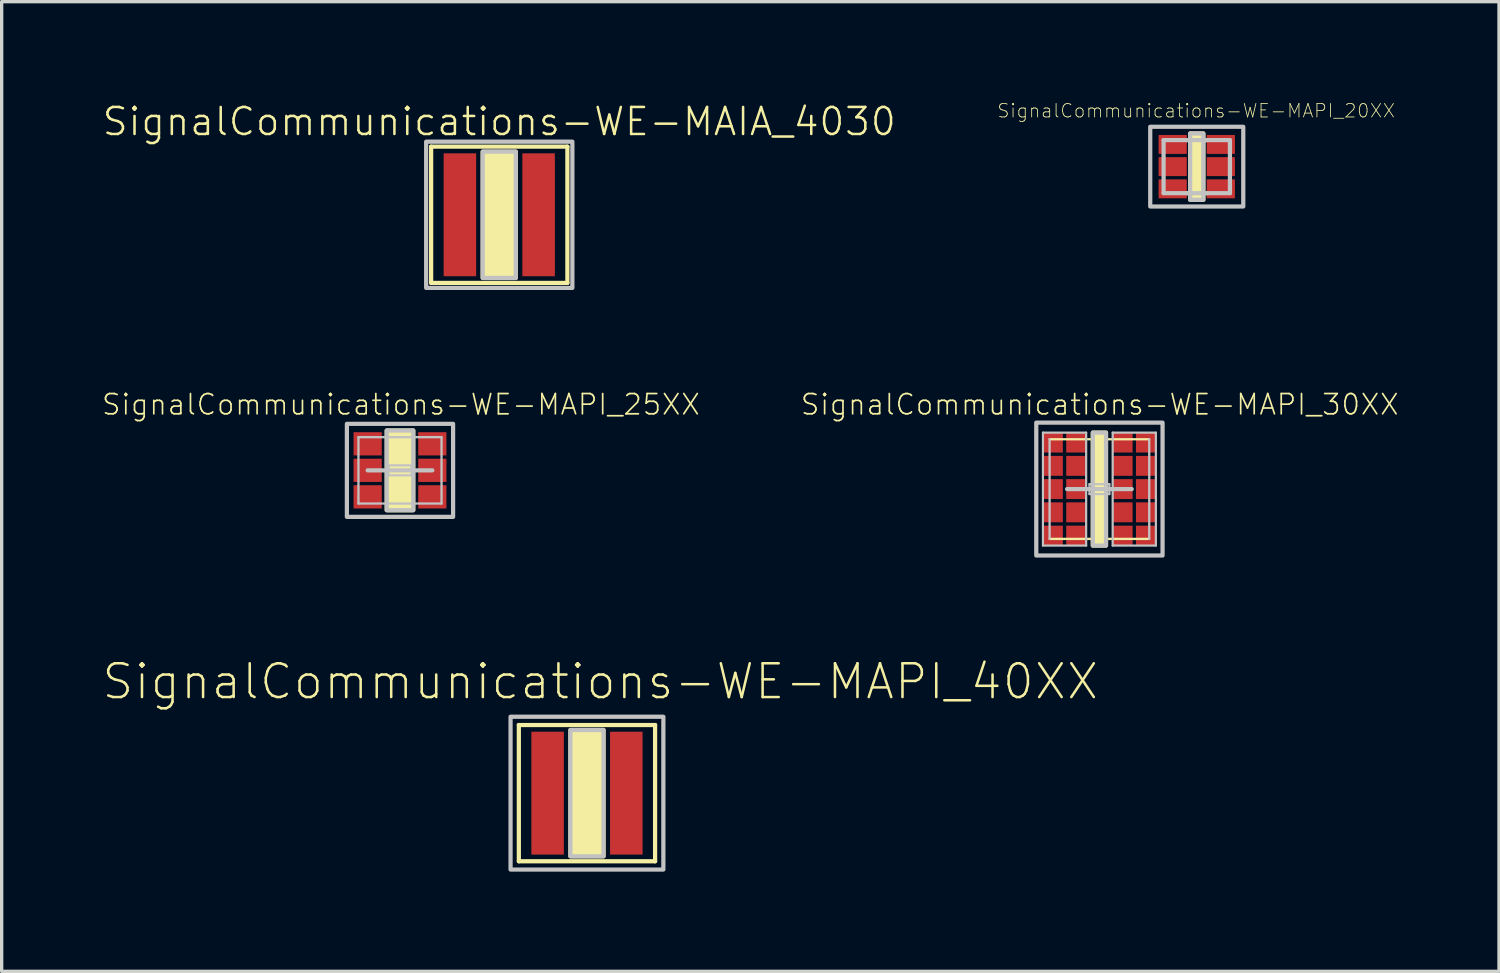
<source format=kicad_pcb>
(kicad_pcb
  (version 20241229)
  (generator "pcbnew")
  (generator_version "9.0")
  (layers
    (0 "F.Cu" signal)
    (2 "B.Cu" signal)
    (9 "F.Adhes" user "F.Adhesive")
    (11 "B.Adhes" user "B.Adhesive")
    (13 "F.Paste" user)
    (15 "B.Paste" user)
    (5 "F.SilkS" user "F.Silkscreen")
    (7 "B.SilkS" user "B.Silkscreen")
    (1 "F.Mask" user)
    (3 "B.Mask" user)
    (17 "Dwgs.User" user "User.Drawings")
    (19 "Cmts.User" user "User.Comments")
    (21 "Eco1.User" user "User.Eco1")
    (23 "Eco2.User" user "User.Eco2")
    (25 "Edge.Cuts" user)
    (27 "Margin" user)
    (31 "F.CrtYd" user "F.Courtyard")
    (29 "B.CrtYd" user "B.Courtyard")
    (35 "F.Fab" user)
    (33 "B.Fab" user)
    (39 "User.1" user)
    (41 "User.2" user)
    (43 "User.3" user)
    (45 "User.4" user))
  (footprint "SignalCommunications-WE-MAIA_4030"
    (layer "F.Cu")
    (at 11.973 3.413)
    (property "Reference" "SignalCommunications-WE-MAIA_4030" (at 0 -2.804 0) (layer "F.SilkS") (effects (font (size 0.813 0.813) (thickness 0.076))))
    (attr smd)
    (fp_line (start -2.05 -2.05) (end 2.05 -2.05) (stroke (width 0.127) (type solid)) (layer "F.SilkS"))
    (fp_line (start -2.05 2.05) (end -2.05 -2.05) (stroke (width 0.127) (type solid)) (layer "F.SilkS"))
    (fp_line (start 2.05 -2.05) (end 2.05 2.05) (stroke (width 0.127) (type solid)) (layer "F.SilkS"))
    (fp_line (start 2.05 2.05) (end -2.05 2.05) (stroke (width 0.127) (type solid)) (layer "F.SilkS"))
    (fp_poly (pts (xy -0.498 -1.9) (xy 0.498 -1.9) (xy 0.498 1.9) (xy -0.498 1.9) (xy -0.498 -1.9)) (stroke (width 0.127) (type solid)) (fill yes) (layer "F.SilkS"))
    (fp_poly (pts (xy -2.2 -2.2) (xy 2.2 -2.2) (xy 2.2 2.2) (xy -2.2 2.2) (xy -2.2 -2.2)) (stroke (width 0.127) (type solid)) (fill no) (layer "Dwgs.User"))
    (fp_poly (pts (xy -0.498 -1.9) (xy 0.498 -1.9) (xy 0.498 1.9) (xy -0.498 1.9) (xy -0.498 -1.9)) (stroke (width 0.127) (type solid)) (fill no) (layer "Dwgs.User"))
    (pad "1" smd rect (at -1.184 0 90) (size 3.698 0.978) (layers "F.Cu" "F.Mask" "F.Paste"))
    (pad "2" smd rect (at 1.184 0 90) (size 3.698 0.978) (layers "F.Cu" "F.Mask" "F.Paste")))
  (footprint "SignalCommunications-WE-MAPI_30XX"
    (layer "F.Cu")
    (at 30.032 11.667)
    (property "Reference" "SignalCommunications-WE-MAPI_30XX" (at 0.01 -2.545 0) (layer "F.SilkS") (effects (font (size 0.61 0.61) (thickness 0.051))))
    (attr smd)
    (fp_line (start -1.499 -1.499) (end 1.499 -1.499) (stroke (width 0.069) (type solid)) (layer "F.SilkS"))
    (fp_line (start 1.499 1.499) (end -1.499 1.499) (stroke (width 0.069) (type solid)) (layer "F.SilkS"))
    (fp_poly (pts (xy -0.198 -1.699) (xy 0.198 -1.699) (xy 0.198 1.699) (xy -0.198 1.699) (xy -0.198 -1.699)) (stroke (width 0.127) (type solid)) (fill yes) (layer "F.SilkS"))
    (fp_line (start -1.699 -1.699) (end -0.399 -1.699) (stroke (width 0.066) (type solid)) (layer "Dwgs.User"))
    (fp_line (start -1.699 1.699) (end -1.699 -1.699) (stroke (width 0.066) (type solid)) (layer "Dwgs.User"))
    (fp_line (start -1.699 1.699) (end -0.399 1.699) (stroke (width 0.066) (type solid)) (layer "Dwgs.User"))
    (fp_line (start -1.499 1.499) (end -1.499 -1.499) (stroke (width 0.069) (type solid)) (layer "Dwgs.User"))
    (fp_line (start -0.973 0) (end 0.973 0) (stroke (width 0.127) (type solid)) (layer "Dwgs.User"))
    (fp_line (start -0.399 1.699) (end -0.399 -1.699) (stroke (width 0.066) (type solid)) (layer "Dwgs.User"))
    (fp_line (start -0.3 -0.15) (end 0.3 -0.15) (stroke (width 0.066) (type solid)) (layer "Dwgs.User"))
    (fp_line (start -0.3 0.15) (end -0.3 -0.15) (stroke (width 0.066) (type solid)) (layer "Dwgs.User"))
    (fp_line (start -0.3 0.15) (end 0.3 0.15) (stroke (width 0.066) (type solid)) (layer "Dwgs.User"))
    (fp_line (start 0.3 0.15) (end 0.3 -0.15) (stroke (width 0.066) (type solid)) (layer "Dwgs.User"))
    (fp_line (start 0.399 -1.699) (end 1.699 -1.699) (stroke (width 0.066) (type solid)) (layer "Dwgs.User"))
    (fp_line (start 0.399 1.699) (end 0.399 -1.699) (stroke (width 0.066) (type solid)) (layer "Dwgs.User"))
    (fp_line (start 0.399 1.699) (end 1.699 1.699) (stroke (width 0.066) (type solid)) (layer "Dwgs.User"))
    (fp_line (start 1.499 -1.499) (end 1.499 1.499) (stroke (width 0.069) (type solid)) (layer "Dwgs.User"))
    (fp_line (start 1.699 1.699) (end 1.699 -1.699) (stroke (width 0.066) (type solid)) (layer "Dwgs.User"))
    (fp_poly (pts (xy -1.9 -1.999) (xy 1.9 -1.999) (xy 1.9 1.999) (xy -1.9 1.999) (xy -1.9 -1.999)) (stroke (width 0.127) (type solid)) (fill no) (layer "Dwgs.User"))
    (fp_poly (pts (xy -0.198 -1.699) (xy 0.198 -1.699) (xy 0.198 1.699) (xy -0.198 1.699) (xy -0.198 -1.699)) (stroke (width 0.127) (type solid)) (fill no) (layer "Dwgs.User"))
    (pad "P$1" smd rect (at -1.4 -1.4) (size 0.599 0.599) (layers "F.Cu" "F.Mask" "F.Paste"))
    (pad "P$2" smd rect (at -0.699 -1.4) (size 0.599 0.599) (layers "F.Cu" "F.Mask" "F.Paste"))
    (pad "P$3" smd rect (at -1.4 -0.699) (size 0.599 0.599) (layers "F.Cu" "F.Mask" "F.Paste"))
    (pad "P$4" smd rect (at -0.699 -0.699) (size 0.599 0.599) (layers "F.Cu" "F.Mask" "F.Paste"))
    (pad "P$5" smd rect (at -0.699 0) (size 0.599 0.599) (layers "F.Cu" "F.Mask" "F.Paste"))
    (pad "P$6" smd rect (at -1.4 0) (size 0.599 0.599) (layers "F.Cu" "F.Mask" "F.Paste"))
    (pad "P$7" smd rect (at -0.699 0.699) (size 0.599 0.599) (layers "F.Cu" "F.Mask" "F.Paste"))
    (pad "P$8" smd rect (at -1.4 0.699) (size 0.599 0.599) (layers "F.Cu" "F.Mask" "F.Paste"))
    (pad "P$9" smd rect (at -1.4 1.4) (size 0.599 0.599) (layers "F.Cu" "F.Mask" "F.Paste"))
    (pad "P$10" smd rect (at -0.699 1.4) (size 0.599 0.599) (layers "F.Cu" "F.Mask" "F.Paste"))
    (pad "P$11" smd rect (at 0.699 -1.4) (size 0.599 0.599) (layers "F.Cu" "F.Mask" "F.Paste"))
    (pad "P$12" smd rect (at 1.4 -1.4) (size 0.599 0.599) (layers "F.Cu" "F.Mask" "F.Paste"))
    (pad "P$13" smd rect (at 1.4 -0.699) (size 0.599 0.599) (layers "F.Cu" "F.Mask" "F.Paste"))
    (pad "P$14" smd rect (at 0.699 -0.699) (size 0.599 0.599) (layers "F.Cu" "F.Mask" "F.Paste"))
    (pad "P$15" smd rect (at 0.699 0) (size 0.599 0.599) (layers "F.Cu" "F.Mask" "F.Paste"))
    (pad "P$16" smd rect (at 1.4 0) (size 0.599 0.599) (layers "F.Cu" "F.Mask" "F.Paste"))
    (pad "P$17" smd rect (at 1.4 0.699) (size 0.599 0.599) (layers "F.Cu" "F.Mask" "F.Paste"))
    (pad "P$18" smd rect (at 0.699 0.699) (size 0.599 0.599) (layers "F.Cu" "F.Mask" "F.Paste"))
    (pad "P$19" smd rect (at 0.699 1.4) (size 0.599 0.599) (layers "F.Cu" "F.Mask" "F.Paste"))
    (pad "P$20" smd rect (at 1.4 1.4) (size 0.599 0.599) (layers "F.Cu" "F.Mask" "F.Paste")))
  (footprint "SignalCommunications-WE-MAPI_25XX"
    (layer "F.Cu")
    (at 8.986 11.103)
    (property "Reference" "SignalCommunications-WE-MAPI_25XX" (at 0.028 -1.981 0) (layer "F.SilkS") (effects (font (size 0.61 0.61) (thickness 0.051))))
    (attr smd)
    (fp_line (start -0.399 -0.998) (end 0.399 -0.998) (stroke (width 0.069) (type solid)) (layer "F.SilkS"))
    (fp_line (start -0.399 0.998) (end 0.399 0.998) (stroke (width 0.069) (type solid)) (layer "F.SilkS"))
    (fp_poly (pts (xy -0.399 -1.199) (xy 0.399 -1.199) (xy 0.399 1.199) (xy -0.399 1.199) (xy -0.399 -1.199)) (stroke (width 0.127) (type solid)) (fill yes) (layer "F.SilkS"))
    (fp_line (start -1.25 -0.998) (end 1.25 -0.998) (stroke (width 0.069) (type solid)) (layer "Dwgs.User"))
    (fp_line (start -1.25 0.998) (end -1.25 -0.998) (stroke (width 0.069) (type solid)) (layer "Dwgs.User"))
    (fp_line (start -0.973 0) (end 0.973 0) (stroke (width 0.127) (type solid)) (layer "Dwgs.User"))
    (fp_line (start -0.348 -0.15) (end 0.348 -0.15) (stroke (width 0.066) (type solid)) (layer "Dwgs.User"))
    (fp_line (start -0.348 0.15) (end -0.348 -0.15) (stroke (width 0.066) (type solid)) (layer "Dwgs.User"))
    (fp_line (start -0.348 0.15) (end 0.348 0.15) (stroke (width 0.066) (type solid)) (layer "Dwgs.User"))
    (fp_line (start 0.348 0.15) (end 0.348 -0.15) (stroke (width 0.066) (type solid)) (layer "Dwgs.User"))
    (fp_line (start 1.25 -0.998) (end 1.25 0.998) (stroke (width 0.069) (type solid)) (layer "Dwgs.User"))
    (fp_line (start 1.25 0.998) (end -1.25 0.998) (stroke (width 0.069) (type solid)) (layer "Dwgs.User"))
    (fp_poly (pts (xy -1.598 -1.4) (xy 1.598 -1.4) (xy 1.598 1.4) (xy -1.598 1.4) (xy -1.598 -1.4)) (stroke (width 0.127) (type solid)) (fill no) (layer "Dwgs.User"))
    (fp_poly (pts (xy 0.399 -1.199) (xy 0.399 1.199) (xy -0.399 1.199) (xy -0.399 -1.199) (xy 0.399 -1.199)) (stroke (width 0.127) (type solid)) (fill no) (layer "Dwgs.User"))
    (pad "1" smd rect (at -0.973 0) (size 0.848 0.699) (layers "F.Cu" "F.Mask" "F.Paste"))
    (pad "2" smd rect (at 0.973 0) (size 0.848 0.699) (layers "F.Cu" "F.Mask" "F.Paste"))
    (pad "3" smd rect (at -0.973 -0.798) (size 0.848 0.699) (layers "F.Cu" "F.Mask" "F.Paste"))
    (pad "4" smd rect (at -0.973 0.798) (size 0.848 0.699) (layers "F.Cu" "F.Mask" "F.Paste"))
    (pad "5" smd rect (at 0.973 -0.798) (size 0.848 0.699) (layers "F.Cu" "F.Mask" "F.Paste"))
    (pad "6" smd rect (at 0.973 0.798) (size 0.848 0.699) (layers "F.Cu" "F.Mask" "F.Paste")))
  (footprint "SignalCommunications-WE-MAPI_20XX"
    (layer "F.Cu")
    (at 32.961 1.964)
    (property "Reference" "SignalCommunications-WE-MAPI_20XX" (at -0.018 -1.681 0) (layer "F.SilkS") (effects (font (size 0.406 0.406) (thickness 0.025))))
    (attr smd)
    (fp_line (start -0.3 -0.798) (end 0.3 -0.798) (stroke (width 0.127) (type solid)) (layer "F.SilkS"))
    (fp_line (start -0.3 0.798) (end 0.3 0.798) (stroke (width 0.127) (type solid)) (layer "F.SilkS"))
    (fp_poly (pts (xy -0.198 -0.998) (xy 0.198 -0.998) (xy 0.198 0.998) (xy -0.198 0.998) (xy -0.198 -0.998)) (stroke (width 0.127) (type solid)) (fill yes) (layer "F.SilkS"))
    (fp_line (start -0.998 -0.798) (end -0.998 0.798) (stroke (width 0.127) (type solid)) (layer "Dwgs.User"))
    (fp_line (start -0.998 0.798) (end 0.998 0.798) (stroke (width 0.127) (type solid)) (layer "Dwgs.User"))
    (fp_line (start 0.998 -0.798) (end -0.998 -0.798) (stroke (width 0.127) (type solid)) (layer "Dwgs.User"))
    (fp_line (start 0.998 0.798) (end 0.998 -0.798) (stroke (width 0.127) (type solid)) (layer "Dwgs.User"))
    (fp_poly (pts (xy -1.4 -1.199) (xy 1.4 -1.199) (xy 1.4 1.199) (xy -1.4 1.199) (xy -1.4 -1.199)) (stroke (width 0.127) (type solid)) (fill no) (layer "Dwgs.User"))
    (fp_poly (pts (xy -0.099 -0.998) (xy 0.198 -0.998) (xy 0.198 0.998) (xy -0.198 0.998) (xy -0.198 -0.998) (xy 0 -0.998) (xy -0.099 -0.998)) (stroke (width 0.127) (type solid)) (fill no) (layer "Dwgs.User"))
    (pad "1" smd rect (at -0.724 0) (size 0.848 0.569) (layers "F.Cu" "F.Mask" "F.Paste"))
    (pad "2" smd rect (at 0.724 0) (size 0.848 0.569) (layers "F.Cu" "F.Mask" "F.Paste"))
    (pad "3" smd rect (at -0.724 -0.668) (size 0.848 0.569) (layers "F.Cu" "F.Mask" "F.Paste"))
    (pad "4" smd rect (at -0.724 0.668) (size 0.848 0.569) (layers "F.Cu" "F.Mask" "F.Paste"))
    (pad "5" smd rect (at 0.724 -0.668) (size 0.848 0.569) (layers "F.Cu" "F.Mask" "F.Paste"))
    (pad "6" smd rect (at 0.724 0.668) (size 0.848 0.569) (layers "F.Cu" "F.Mask" "F.Paste")))
  (footprint "SignalCommunications-WE-MAPI_40XX"
    (layer "F.Cu")
    (at 14.612 20.816)
    (property "Reference" "SignalCommunications-WE-MAPI_40XX" (at 0.399 -3.358 0) (layer "F.SilkS") (effects (font (size 1.016 1.016) (thickness 0.076))))
    (attr smd)
    (fp_line (start -2.05 -2.05) (end 2.05 -2.05) (stroke (width 0.127) (type solid)) (layer "F.SilkS"))
    (fp_line (start -2.05 2.05) (end -2.05 -2.05) (stroke (width 0.127) (type solid)) (layer "F.SilkS"))
    (fp_line (start 2.05 -2.05) (end 2.05 2.05) (stroke (width 0.127) (type solid)) (layer "F.SilkS"))
    (fp_line (start 2.05 2.05) (end -2.05 2.05) (stroke (width 0.127) (type solid)) (layer "F.SilkS"))
    (fp_poly (pts (xy -0.498 -1.9) (xy 0.498 -1.9) (xy 0.498 1.9) (xy -0.498 1.9) (xy -0.498 -1.9)) (stroke (width 0.127) (type solid)) (fill yes) (layer "F.SilkS"))
    (fp_poly (pts (xy -2.299 -2.299) (xy 2.299 -2.299) (xy 2.299 2.299) (xy -2.299 2.299) (xy -2.299 -2.299)) (stroke (width 0.127) (type solid)) (fill no) (layer "Dwgs.User"))
    (fp_poly (pts (xy -0.498 -1.9) (xy 0.498 -1.9) (xy 0.498 1.9) (xy -0.498 1.9) (xy -0.498 -1.9)) (stroke (width 0.127) (type solid)) (fill no) (layer "Dwgs.User"))
    (pad "1" smd rect (at -1.184 0 90) (size 3.698 0.978) (layers "F.Cu" "F.Mask" "F.Paste"))
    (pad "2" smd rect (at 1.184 0 90) (size 3.698 0.978) (layers "F.Cu" "F.Mask" "F.Paste")))
  (gr_rect
    (start -3 -3)
    (end 42.056 26.178)
    (stroke (width 0.1) (type default))
    (fill no)
    (layer "Edge.Cuts")))
</source>
